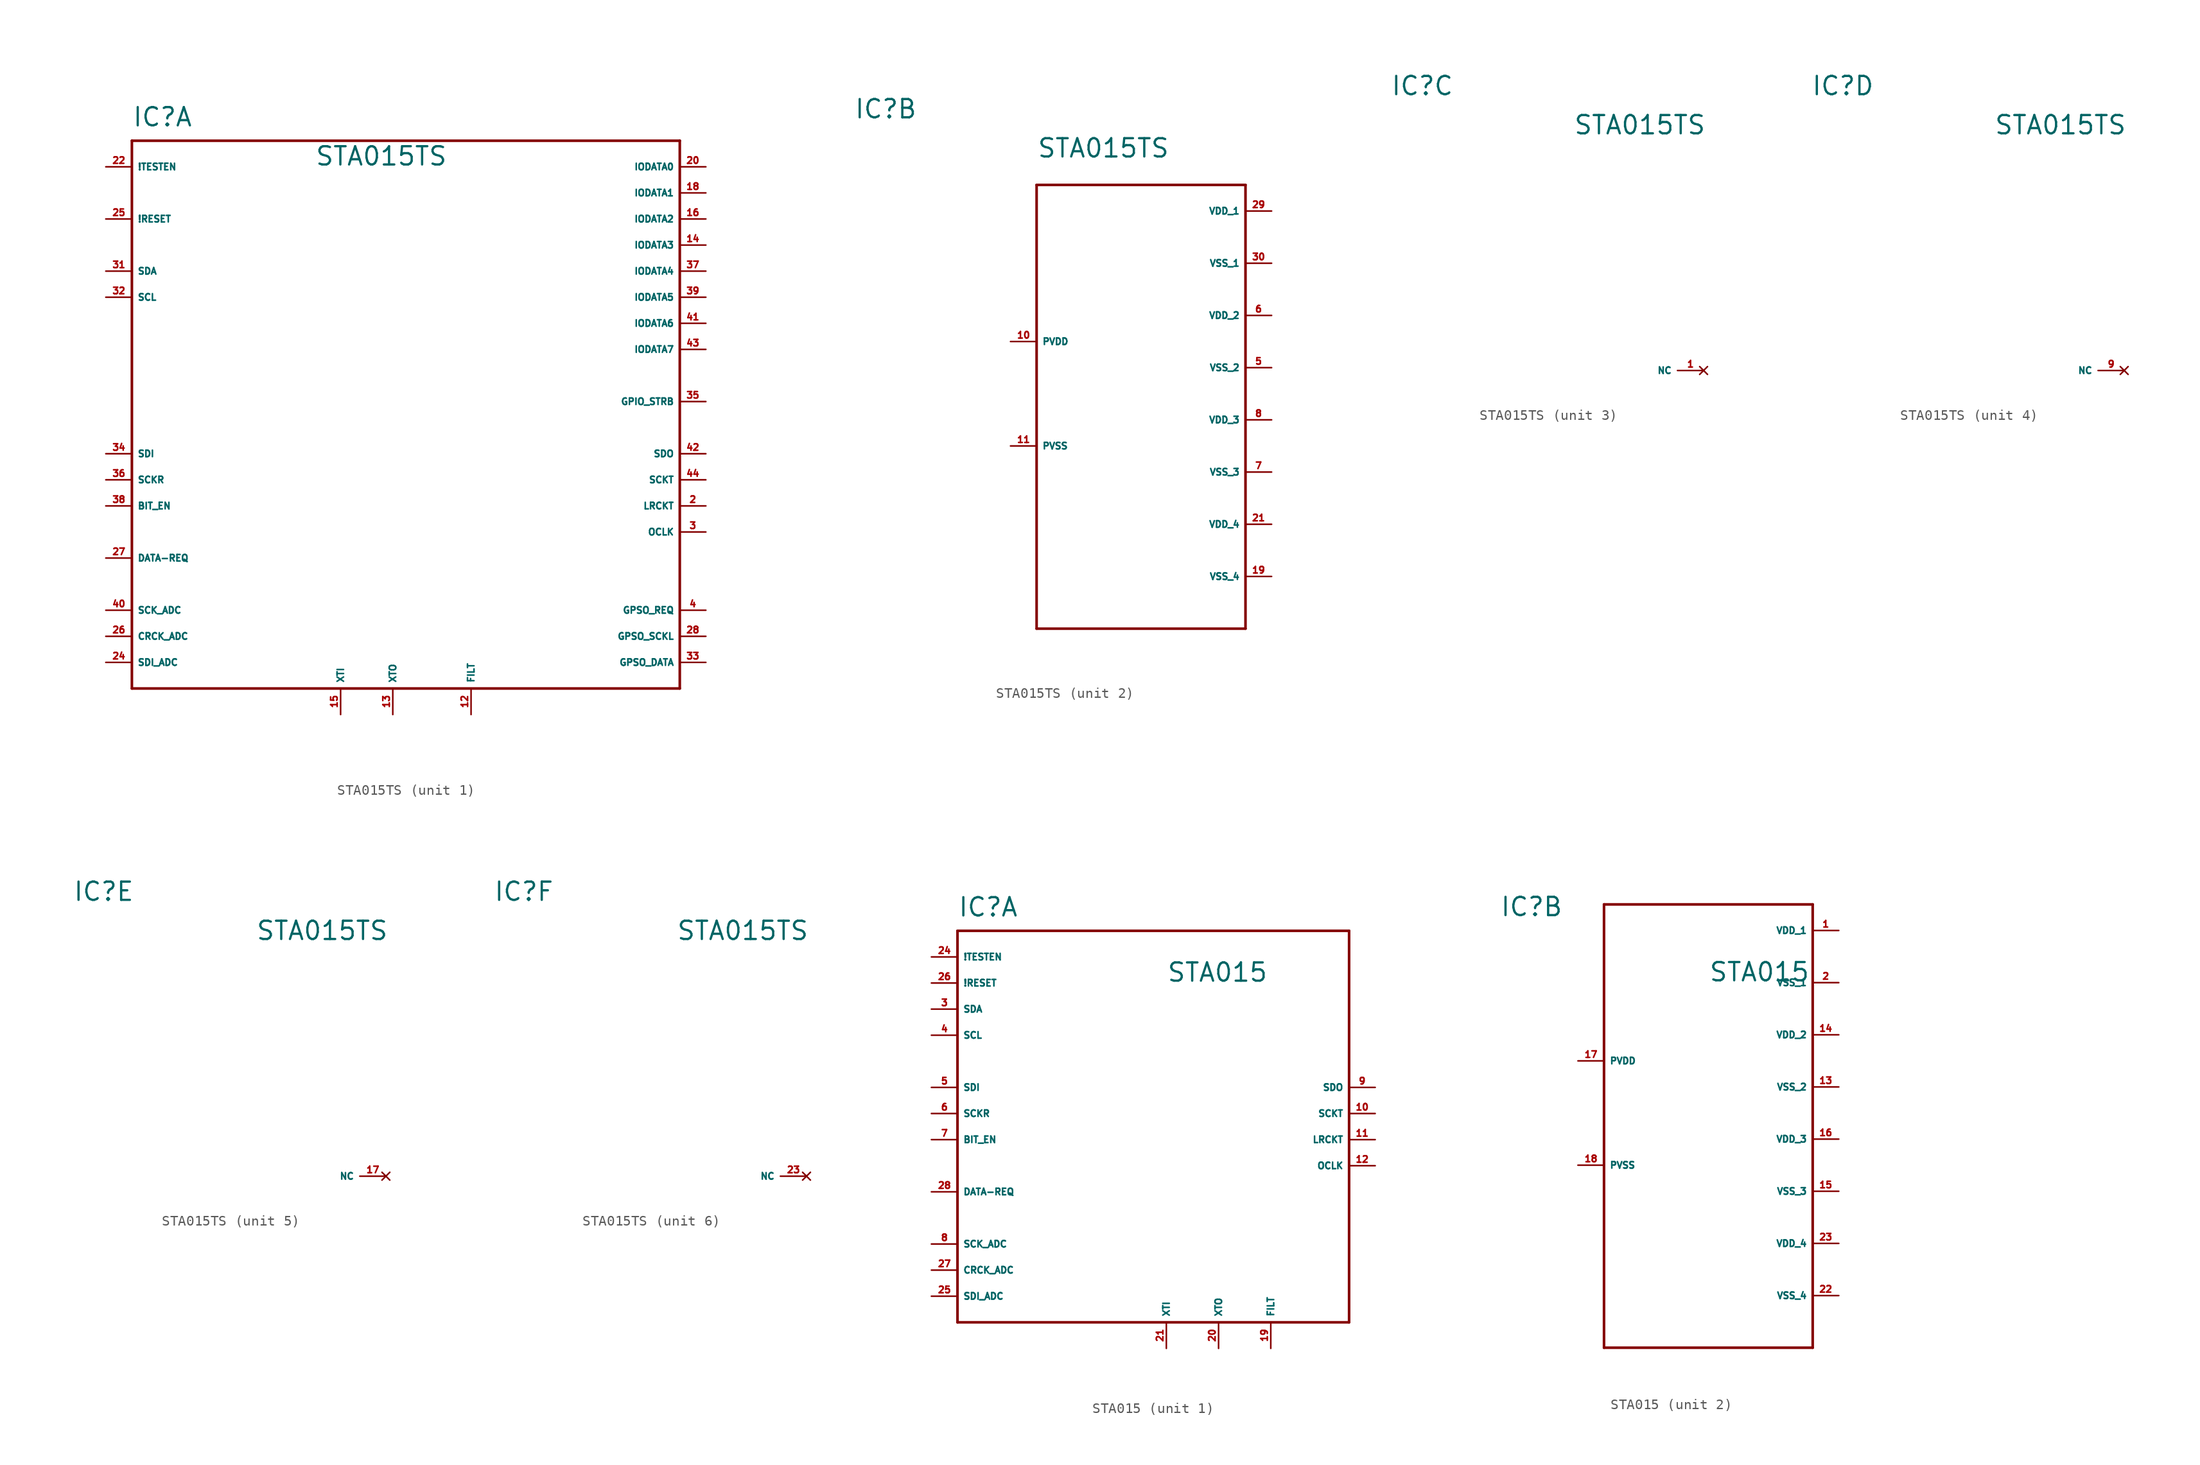
<source format=kicad_sym>
(kicad_symbol_lib
  (version 20220914)
  (generator Eagle2Kicad)
  (symbol "STA015TS"
    (property "Reference" "IC"
      (at -27.94 26.67 0)
      (effects (font (size 1.778 1.778) (thickness 0.22)) (justify left bottom)))
    (property "Value" "STA015TS"
      (at -10.16 22.86 0)
      (effects (font (size 1.778 1.778) (thickness 0.22)) (justify left bottom)))
    (symbol "STA015TS_1_0"
      (polyline (pts (xy -27.94 25.4) (xy 25.4 25.4)) (stroke (width 0.254) (type default)) (fill (type none)))
      (polyline (pts (xy 25.4 25.4) (xy 25.4 -27.94)) (stroke (width 0.254) (type default)) (fill (type none)))
      (polyline (pts (xy 25.4 -27.94) (xy -27.94 -27.94)) (stroke (width 0.254) (type default)) (fill (type none)))
      (polyline (pts (xy -27.94 -27.94) (xy -27.94 25.4)) (stroke (width 0.254) (type default)) (fill (type none)))
      (pin input line (at -30.48 17.78 0) (length 2.54) (name "!RESET" (effects (font (size 0.635 0.635) (thickness 0.08)) (justify left bottom))) (number "25" (effects (font (size 0.635 0.635) (thickness 0.08)) (justify left bottom))))
      (pin bidirectional line (at -30.48 12.7 0) (length 2.54) (name "SDA" (effects (font (size 0.635 0.635) (thickness 0.08)) (justify left bottom))) (number "31" (effects (font (size 0.635 0.635) (thickness 0.08)) (justify left bottom))))
      (pin input line (at -30.48 10.16 0) (length 2.54) (name "SCL" (effects (font (size 0.635 0.635) (thickness 0.08)) (justify left bottom))) (number "32" (effects (font (size 0.635 0.635) (thickness 0.08)) (justify left bottom))))
      (pin input line (at -30.48 -5.08 0) (length 2.54) (name "SDI" (effects (font (size 0.635 0.635) (thickness 0.08)) (justify left bottom))) (number "34" (effects (font (size 0.635 0.635) (thickness 0.08)) (justify left bottom))))
      (pin input line (at -30.48 -7.62 0) (length 2.54) (name "SCKR" (effects (font (size 0.635 0.635) (thickness 0.08)) (justify left bottom))) (number "36" (effects (font (size 0.635 0.635) (thickness 0.08)) (justify left bottom))))
      (pin input line (at -30.48 -10.16 0) (length 2.54) (name "BIT_EN" (effects (font (size 0.635 0.635) (thickness 0.08)) (justify left bottom))) (number "38" (effects (font (size 0.635 0.635) (thickness 0.08)) (justify left bottom))))
      (pin input line (at -30.48 -20.32 0) (length 2.54) (name "SCK_ADC" (effects (font (size 0.635 0.635) (thickness 0.08)) (justify left bottom))) (number "40" (effects (font (size 0.635 0.635) (thickness 0.08)) (justify left bottom))))
      (pin output line (at -30.48 -15.24 0) (length 2.54) (name "DATA-REQ" (effects (font (size 0.635 0.635) (thickness 0.08)) (justify left bottom))) (number "27" (effects (font (size 0.635 0.635) (thickness 0.08)) (justify left bottom))))
      (pin input line (at -7.62 -30.48 90) (length 2.54) (name "XTI" (effects (font (size 0.635 0.635) (thickness 0.08)) (justify left bottom))) (number "15" (effects (font (size 0.635 0.635) (thickness 0.08)) (justify left bottom))))
      (pin output line (at -2.54 -30.48 90) (length 2.54) (name "XTO" (effects (font (size 0.635 0.635) (thickness 0.08)) (justify left bottom))) (number "13" (effects (font (size 0.635 0.635) (thickness 0.08)) (justify left bottom))))
      (pin bidirectional line (at 27.94 -12.7 180) (length 2.54) (name "OCLK" (effects (font (size 0.635 0.635) (thickness 0.08)) (justify left bottom))) (number "3" (effects (font (size 0.635 0.635) (thickness 0.08)) (justify left bottom))))
      (pin input line (at -30.48 22.86 0) (length 2.54) (name "!TESTEN" (effects (font (size 0.635 0.635) (thickness 0.08)) (justify left bottom))) (number "22" (effects (font (size 0.635 0.635) (thickness 0.08)) (justify left bottom))))
      (pin output line (at 27.94 -5.08 180) (length 2.54) (name "SDO" (effects (font (size 0.635 0.635) (thickness 0.08)) (justify left bottom))) (number "42" (effects (font (size 0.635 0.635) (thickness 0.08)) (justify left bottom))))
      (pin output line (at 27.94 -7.62 180) (length 2.54) (name "SCKT" (effects (font (size 0.635 0.635) (thickness 0.08)) (justify left bottom))) (number "44" (effects (font (size 0.635 0.635) (thickness 0.08)) (justify left bottom))))
      (pin output line (at 27.94 -10.16 180) (length 2.54) (name "LRCKT" (effects (font (size 0.635 0.635) (thickness 0.08)) (justify left bottom))) (number "2" (effects (font (size 0.635 0.635) (thickness 0.08)) (justify left bottom))))
      (pin output line (at 5.08 -30.48 90) (length 2.54) (name "FILT" (effects (font (size 0.635 0.635) (thickness 0.08)) (justify left bottom))) (number "12" (effects (font (size 0.635 0.635) (thickness 0.08)) (justify left bottom))))
      (pin input line (at -30.48 -22.86 0) (length 2.54) (name "CRCK_ADC" (effects (font (size 0.635 0.635) (thickness 0.08)) (justify left bottom))) (number "26" (effects (font (size 0.635 0.635) (thickness 0.08)) (justify left bottom))))
      (pin input line (at -30.48 -25.4 0) (length 2.54) (name "SDI_ADC" (effects (font (size 0.635 0.635) (thickness 0.08)) (justify left bottom))) (number "24" (effects (font (size 0.635 0.635) (thickness 0.08)) (justify left bottom))))
      (pin output line (at 27.94 -20.32 180) (length 2.54) (name "GPSO_REQ" (effects (font (size 0.635 0.635) (thickness 0.08)) (justify left bottom))) (number "4" (effects (font (size 0.635 0.635) (thickness 0.08)) (justify left bottom))))
      (pin output line (at 27.94 -22.86 180) (length 2.54) (name "GPSO_SCKL" (effects (font (size 0.635 0.635) (thickness 0.08)) (justify left bottom))) (number "28" (effects (font (size 0.635 0.635) (thickness 0.08)) (justify left bottom))))
      (pin output line (at 27.94 -25.4 180) (length 2.54) (name "GPSO_DATA" (effects (font (size 0.635 0.635) (thickness 0.08)) (justify left bottom))) (number "33" (effects (font (size 0.635 0.635) (thickness 0.08)) (justify left bottom))))
      (pin bidirectional line (at 27.94 22.86 180) (length 2.54) (name "IODATA0" (effects (font (size 0.635 0.635) (thickness 0.08)) (justify left bottom))) (number "20" (effects (font (size 0.635 0.635) (thickness 0.08)) (justify left bottom))))
      (pin bidirectional line (at 27.94 20.32 180) (length 2.54) (name "IODATA1" (effects (font (size 0.635 0.635) (thickness 0.08)) (justify left bottom))) (number "18" (effects (font (size 0.635 0.635) (thickness 0.08)) (justify left bottom))))
      (pin bidirectional line (at 27.94 17.78 180) (length 2.54) (name "IODATA2" (effects (font (size 0.635 0.635) (thickness 0.08)) (justify left bottom))) (number "16" (effects (font (size 0.635 0.635) (thickness 0.08)) (justify left bottom))))
      (pin bidirectional line (at 27.94 15.24 180) (length 2.54) (name "IODATA3" (effects (font (size 0.635 0.635) (thickness 0.08)) (justify left bottom))) (number "14" (effects (font (size 0.635 0.635) (thickness 0.08)) (justify left bottom))))
      (pin bidirectional line (at 27.94 12.7 180) (length 2.54) (name "IODATA4" (effects (font (size 0.635 0.635) (thickness 0.08)) (justify left bottom))) (number "37" (effects (font (size 0.635 0.635) (thickness 0.08)) (justify left bottom))))
      (pin bidirectional line (at 27.94 10.16 180) (length 2.54) (name "IODATA5" (effects (font (size 0.635 0.635) (thickness 0.08)) (justify left bottom))) (number "39" (effects (font (size 0.635 0.635) (thickness 0.08)) (justify left bottom))))
      (pin bidirectional line (at 27.94 7.62 180) (length 2.54) (name "IODATA6" (effects (font (size 0.635 0.635) (thickness 0.08)) (justify left bottom))) (number "41" (effects (font (size 0.635 0.635) (thickness 0.08)) (justify left bottom))))
      (pin bidirectional line (at 27.94 5.08 180) (length 2.54) (name "IODATA7" (effects (font (size 0.635 0.635) (thickness 0.08)) (justify left bottom))) (number "43" (effects (font (size 0.635 0.635) (thickness 0.08)) (justify left bottom))))
      (pin bidirectional line (at 27.94 0 180) (length 2.54) (name "GPIO_STRB" (effects (font (size 0.635 0.635) (thickness 0.08)) (justify left bottom))) (number "35" (effects (font (size 0.635 0.635) (thickness 0.08)) (justify left bottom)))))
    (symbol "STA015TS_2_0"
      (polyline (pts (xy -10.16 20.32) (xy 10.16 20.32)) (stroke (width 0.254) (type default)) (fill (type none)))
      (polyline (pts (xy 10.16 20.32) (xy 10.16 -22.86)) (stroke (width 0.254) (type default)) (fill (type none)))
      (polyline (pts (xy 10.16 -22.86) (xy -10.16 -22.86)) (stroke (width 0.254) (type default)) (fill (type none)))
      (polyline (pts (xy -10.16 -22.86) (xy -10.16 20.32)) (stroke (width 0.254) (type default)) (fill (type none)))
      (pin unspecified line (at -12.7 5.08 0) (length 2.54) (name "PVDD" (effects (font (size 0.635 0.635) (thickness 0.08)) (justify left bottom))) (number "10" (effects (font (size 0.635 0.635) (thickness 0.08)) (justify left bottom))))
      (pin unspecified line (at -12.7 -5.08 0) (length 2.54) (name "PVSS" (effects (font (size 0.635 0.635) (thickness 0.08)) (justify left bottom))) (number "11" (effects (font (size 0.635 0.635) (thickness 0.08)) (justify left bottom))))
      (pin unspecified line (at 12.7 17.78 180) (length 2.54) (name "VDD_1" (effects (font (size 0.635 0.635) (thickness 0.08)) (justify left bottom))) (number "29" (effects (font (size 0.635 0.635) (thickness 0.08)) (justify left bottom))))
      (pin unspecified line (at 12.7 7.62 180) (length 2.54) (name "VDD_2" (effects (font (size 0.635 0.635) (thickness 0.08)) (justify left bottom))) (number "6" (effects (font (size 0.635 0.635) (thickness 0.08)) (justify left bottom))))
      (pin unspecified line (at 12.7 -2.54 180) (length 2.54) (name "VDD_3" (effects (font (size 0.635 0.635) (thickness 0.08)) (justify left bottom))) (number "8" (effects (font (size 0.635 0.635) (thickness 0.08)) (justify left bottom))))
      (pin unspecified line (at 12.7 -12.7 180) (length 2.54) (name "VDD_4" (effects (font (size 0.635 0.635) (thickness 0.08)) (justify left bottom))) (number "21" (effects (font (size 0.635 0.635) (thickness 0.08)) (justify left bottom))))
      (pin unspecified line (at 12.7 12.7 180) (length 2.54) (name "VSS_1" (effects (font (size 0.635 0.635) (thickness 0.08)) (justify left bottom))) (number "30" (effects (font (size 0.635 0.635) (thickness 0.08)) (justify left bottom))))
      (pin unspecified line (at 12.7 2.54 180) (length 2.54) (name "VSS_2" (effects (font (size 0.635 0.635) (thickness 0.08)) (justify left bottom))) (number "5" (effects (font (size 0.635 0.635) (thickness 0.08)) (justify left bottom))))
      (pin unspecified line (at 12.7 -7.62 180) (length 2.54) (name "VSS_3" (effects (font (size 0.635 0.635) (thickness 0.08)) (justify left bottom))) (number "7" (effects (font (size 0.635 0.635) (thickness 0.08)) (justify left bottom))))
      (pin unspecified line (at 12.7 -17.78 180) (length 2.54) (name "VSS_4" (effects (font (size 0.635 0.635) (thickness 0.08)) (justify left bottom))) (number "19" (effects (font (size 0.635 0.635) (thickness 0.08)) (justify left bottom)))))
    (symbol "STA015TS_3_0"
      (pin no_connect line (at 2.54 0 180) (length 2.54) (name "NC" (effects (font (size 0.635 0.635) (thickness 0.08)) (justify left bottom) hide)) (number "1" (effects (font (size 0.635 0.635) (thickness 0.08)) (justify left bottom) hide))))
    (symbol "STA015TS_4_0"
      (pin no_connect line (at 2.54 0 180) (length 2.54) (name "NC" (effects (font (size 0.635 0.635) (thickness 0.08)) (justify left bottom) hide)) (number "9" (effects (font (size 0.635 0.635) (thickness 0.08)) (justify left bottom) hide))))
    (symbol "STA015TS_5_0"
      (pin no_connect line (at 2.54 0 180) (length 2.54) (name "NC" (effects (font (size 0.635 0.635) (thickness 0.08)) (justify left bottom) hide)) (number "17" (effects (font (size 0.635 0.635) (thickness 0.08)) (justify left bottom) hide))))
    (symbol "STA015TS_6_0"
      (pin no_connect line (at 2.54 0 180) (length 2.54) (name "NC" (effects (font (size 0.635 0.635) (thickness 0.08)) (justify left bottom) hide)) (number "23" (effects (font (size 0.635 0.635) (thickness 0.08)) (justify left bottom) hide)))))
  (symbol "STA015"
    (property "Reference" "IC"
      (at -20.32 19.05 0)
      (effects (font (size 1.778 1.778) (thickness 0.22)) (justify left bottom)))
    (property "Value" "STA015"
      (at 0 12.7 0)
      (effects (font (size 1.778 1.778) (thickness 0.22)) (justify left bottom)))
    (symbol "STA015_1_0"
      (polyline (pts (xy -20.32 17.78) (xy 17.78 17.78)) (stroke (width 0.254) (type default)) (fill (type none)))
      (polyline (pts (xy 17.78 17.78) (xy 17.78 -20.32)) (stroke (width 0.254) (type default)) (fill (type none)))
      (polyline (pts (xy 17.78 -20.32) (xy -20.32 -20.32)) (stroke (width 0.254) (type default)) (fill (type none)))
      (polyline (pts (xy -20.32 -20.32) (xy -20.32 17.78)) (stroke (width 0.254) (type default)) (fill (type none)))
      (pin input line (at -22.86 12.7 0) (length 2.54) (name "!RESET" (effects (font (size 0.635 0.635) (thickness 0.08)) (justify left bottom))) (number "26" (effects (font (size 0.635 0.635) (thickness 0.08)) (justify left bottom))))
      (pin bidirectional line (at -22.86 10.16 0) (length 2.54) (name "SDA" (effects (font (size 0.635 0.635) (thickness 0.08)) (justify left bottom))) (number "3" (effects (font (size 0.635 0.635) (thickness 0.08)) (justify left bottom))))
      (pin input line (at -22.86 7.62 0) (length 2.54) (name "SCL" (effects (font (size 0.635 0.635) (thickness 0.08)) (justify left bottom))) (number "4" (effects (font (size 0.635 0.635) (thickness 0.08)) (justify left bottom))))
      (pin input line (at -22.86 2.54 0) (length 2.54) (name "SDI" (effects (font (size 0.635 0.635) (thickness 0.08)) (justify left bottom))) (number "5" (effects (font (size 0.635 0.635) (thickness 0.08)) (justify left bottom))))
      (pin input line (at -22.86 0 0) (length 2.54) (name "SCKR" (effects (font (size 0.635 0.635) (thickness 0.08)) (justify left bottom))) (number "6" (effects (font (size 0.635 0.635) (thickness 0.08)) (justify left bottom))))
      (pin input line (at -22.86 -2.54 0) (length 2.54) (name "BIT_EN" (effects (font (size 0.635 0.635) (thickness 0.08)) (justify left bottom))) (number "7" (effects (font (size 0.635 0.635) (thickness 0.08)) (justify left bottom))))
      (pin input line (at -22.86 -12.7 0) (length 2.54) (name "SCK_ADC" (effects (font (size 0.635 0.635) (thickness 0.08)) (justify left bottom))) (number "8" (effects (font (size 0.635 0.635) (thickness 0.08)) (justify left bottom))))
      (pin output line (at -22.86 -7.62 0) (length 2.54) (name "DATA-REQ" (effects (font (size 0.635 0.635) (thickness 0.08)) (justify left bottom))) (number "28" (effects (font (size 0.635 0.635) (thickness 0.08)) (justify left bottom))))
      (pin input line (at 0 -22.86 90) (length 2.54) (name "XTI" (effects (font (size 0.635 0.635) (thickness 0.08)) (justify left bottom))) (number "21" (effects (font (size 0.635 0.635) (thickness 0.08)) (justify left bottom))))
      (pin output line (at 5.08 -22.86 90) (length 2.54) (name "XTO" (effects (font (size 0.635 0.635) (thickness 0.08)) (justify left bottom))) (number "20" (effects (font (size 0.635 0.635) (thickness 0.08)) (justify left bottom))))
      (pin bidirectional line (at 20.32 -5.08 180) (length 2.54) (name "OCLK" (effects (font (size 0.635 0.635) (thickness 0.08)) (justify left bottom))) (number "12" (effects (font (size 0.635 0.635) (thickness 0.08)) (justify left bottom))))
      (pin input line (at -22.86 15.24 0) (length 2.54) (name "!TESTEN" (effects (font (size 0.635 0.635) (thickness 0.08)) (justify left bottom))) (number "24" (effects (font (size 0.635 0.635) (thickness 0.08)) (justify left bottom))))
      (pin output line (at 20.32 2.54 180) (length 2.54) (name "SDO" (effects (font (size 0.635 0.635) (thickness 0.08)) (justify left bottom))) (number "9" (effects (font (size 0.635 0.635) (thickness 0.08)) (justify left bottom))))
      (pin output line (at 20.32 0 180) (length 2.54) (name "SCKT" (effects (font (size 0.635 0.635) (thickness 0.08)) (justify left bottom))) (number "10" (effects (font (size 0.635 0.635) (thickness 0.08)) (justify left bottom))))
      (pin output line (at 20.32 -2.54 180) (length 2.54) (name "LRCKT" (effects (font (size 0.635 0.635) (thickness 0.08)) (justify left bottom))) (number "11" (effects (font (size 0.635 0.635) (thickness 0.08)) (justify left bottom))))
      (pin output line (at 10.16 -22.86 90) (length 2.54) (name "FILT" (effects (font (size 0.635 0.635) (thickness 0.08)) (justify left bottom))) (number "19" (effects (font (size 0.635 0.635) (thickness 0.08)) (justify left bottom))))
      (pin input line (at -22.86 -15.24 0) (length 2.54) (name "CRCK_ADC" (effects (font (size 0.635 0.635) (thickness 0.08)) (justify left bottom))) (number "27" (effects (font (size 0.635 0.635) (thickness 0.08)) (justify left bottom))))
      (pin input line (at -22.86 -17.78 0) (length 2.54) (name "SDI_ADC" (effects (font (size 0.635 0.635) (thickness 0.08)) (justify left bottom))) (number "25" (effects (font (size 0.635 0.635) (thickness 0.08)) (justify left bottom)))))
    (symbol "STA015_2_0"
      (polyline (pts (xy -10.16 20.32) (xy 10.16 20.32)) (stroke (width 0.254) (type default)) (fill (type none)))
      (polyline (pts (xy 10.16 20.32) (xy 10.16 -22.86)) (stroke (width 0.254) (type default)) (fill (type none)))
      (polyline (pts (xy 10.16 -22.86) (xy -10.16 -22.86)) (stroke (width 0.254) (type default)) (fill (type none)))
      (polyline (pts (xy -10.16 -22.86) (xy -10.16 20.32)) (stroke (width 0.254) (type default)) (fill (type none)))
      (pin unspecified line (at -12.7 5.08 0) (length 2.54) (name "PVDD" (effects (font (size 0.635 0.635) (thickness 0.08)) (justify left bottom))) (number "17" (effects (font (size 0.635 0.635) (thickness 0.08)) (justify left bottom))))
      (pin unspecified line (at -12.7 -5.08 0) (length 2.54) (name "PVSS" (effects (font (size 0.635 0.635) (thickness 0.08)) (justify left bottom))) (number "18" (effects (font (size 0.635 0.635) (thickness 0.08)) (justify left bottom))))
      (pin unspecified line (at 12.7 17.78 180) (length 2.54) (name "VDD_1" (effects (font (size 0.635 0.635) (thickness 0.08)) (justify left bottom))) (number "1" (effects (font (size 0.635 0.635) (thickness 0.08)) (justify left bottom))))
      (pin unspecified line (at 12.7 7.62 180) (length 2.54) (name "VDD_2" (effects (font (size 0.635 0.635) (thickness 0.08)) (justify left bottom))) (number "14" (effects (font (size 0.635 0.635) (thickness 0.08)) (justify left bottom))))
      (pin unspecified line (at 12.7 -2.54 180) (length 2.54) (name "VDD_3" (effects (font (size 0.635 0.635) (thickness 0.08)) (justify left bottom))) (number "16" (effects (font (size 0.635 0.635) (thickness 0.08)) (justify left bottom))))
      (pin unspecified line (at 12.7 -12.7 180) (length 2.54) (name "VDD_4" (effects (font (size 0.635 0.635) (thickness 0.08)) (justify left bottom))) (number "23" (effects (font (size 0.635 0.635) (thickness 0.08)) (justify left bottom))))
      (pin unspecified line (at 12.7 12.7 180) (length 2.54) (name "VSS_1" (effects (font (size 0.635 0.635) (thickness 0.08)) (justify left bottom))) (number "2" (effects (font (size 0.635 0.635) (thickness 0.08)) (justify left bottom))))
      (pin unspecified line (at 12.7 2.54 180) (length 2.54) (name "VSS_2" (effects (font (size 0.635 0.635) (thickness 0.08)) (justify left bottom))) (number "13" (effects (font (size 0.635 0.635) (thickness 0.08)) (justify left bottom))))
      (pin unspecified line (at 12.7 -7.62 180) (length 2.54) (name "VSS_3" (effects (font (size 0.635 0.635) (thickness 0.08)) (justify left bottom))) (number "15" (effects (font (size 0.635 0.635) (thickness 0.08)) (justify left bottom))))
      (pin unspecified line (at 12.7 -17.78 180) (length 2.54) (name "VSS_4" (effects (font (size 0.635 0.635) (thickness 0.08)) (justify left bottom))) (number "22" (effects (font (size 0.635 0.635) (thickness 0.08)) (justify left bottom)))))))
</source>
